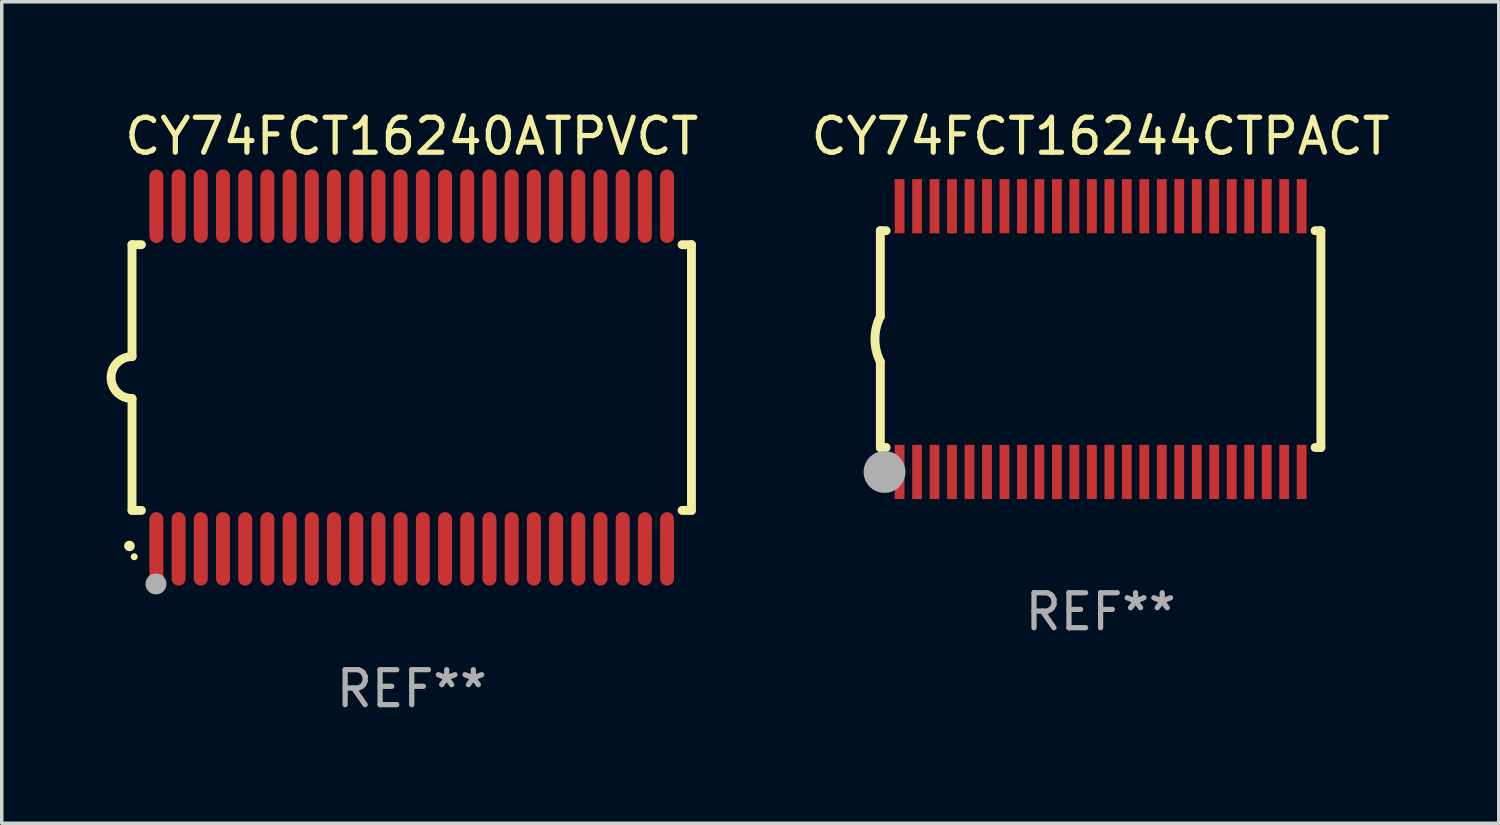
<source format=kicad_pcb>
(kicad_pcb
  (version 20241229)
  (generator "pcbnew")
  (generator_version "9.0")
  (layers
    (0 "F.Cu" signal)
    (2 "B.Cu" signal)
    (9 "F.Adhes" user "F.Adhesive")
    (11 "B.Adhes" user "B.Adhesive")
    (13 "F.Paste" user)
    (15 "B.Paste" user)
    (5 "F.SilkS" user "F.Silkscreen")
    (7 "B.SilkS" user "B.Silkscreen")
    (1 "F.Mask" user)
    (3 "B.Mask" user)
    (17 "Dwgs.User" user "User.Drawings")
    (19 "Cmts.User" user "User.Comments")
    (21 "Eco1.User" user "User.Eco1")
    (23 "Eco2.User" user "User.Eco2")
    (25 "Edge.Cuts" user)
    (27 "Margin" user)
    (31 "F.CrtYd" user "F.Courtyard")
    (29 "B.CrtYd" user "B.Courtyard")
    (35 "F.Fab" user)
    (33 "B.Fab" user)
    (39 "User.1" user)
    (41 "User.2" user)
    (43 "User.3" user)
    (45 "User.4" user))
  (footprint "CY74FCT16244CTPACT"
    (layer "F.Cu")
    (at 28.428 6.648)
    (property "Reference" "CY74FCT16244CTPACT" (at 0 -5.8 0) (layer "F.SilkS") (effects (font (size 1 1) (thickness 0.15))))
    (attr through_hole)
    (fp_line (start -6.3 -3.1) (end -6.3 -0.65) (stroke (width 0.254) (type solid)) (layer "F.SilkS"))
    (fp_line (start -6.3 -3.1) (end -6.134 -3.1) (stroke (width 0.254) (type solid)) (layer "F.SilkS"))
    (fp_line (start -6.3 3.1) (end -6.3 0.65) (stroke (width 0.254) (type solid)) (layer "F.SilkS"))
    (fp_line (start -6.3 3.1) (end -6.134 3.1) (stroke (width 0.254) (type solid)) (layer "F.SilkS"))
    (fp_line (start 6.134 -3.1) (end 6.3 -3.1) (stroke (width 0.254) (type solid)) (layer "F.SilkS"))
    (fp_line (start 6.134 3.1) (end 6.3 3.1) (stroke (width 0.254) (type solid)) (layer "F.SilkS"))
    (fp_line (start 6.3 -3.1) (end 6.3 3.1) (stroke (width 0.254) (type solid)) (layer "F.SilkS"))
    (fp_arc (start -6.301016 0.650114) (mid -6.45413 -0.000082) (end -6.3 -0.650038) (stroke (width 0.254001) (type solid)) (layer "F.SilkS"))
    (fp_circle (center -6.35 3.81) (end -6.223 3.81) (stroke (width 0.254) (type solid)) (fill no) (layer "F.SilkS"))
    (fp_circle (center -6.25 4.05) (end -6.22 4.05) (stroke (width 0.06) (type solid)) (fill no) (layer "F.SilkS"))
    (fp_circle (center -6.18 3.8) (end -5.88 3.8) (stroke (width 0.6) (type solid)) (fill no) (layer "F.Fab"))
    (fp_text user "REF**" (at 0 7.8 0) (layer "F.Fab") (effects (font (size 1 1) (thickness 0.15))))
    (pad "1" smd rect (at -5.75 3.8) (size 0.28 1.55) (layers "F.Cu" "F.Mask" "F.Paste"))
    (pad "2" smd rect (at -5.25 3.8) (size 0.28 1.55) (layers "F.Cu" "F.Mask" "F.Paste"))
    (pad "3" smd rect (at -4.75 3.8) (size 0.28 1.55) (layers "F.Cu" "F.Mask" "F.Paste"))
    (pad "4" smd rect (at -4.25 3.8) (size 0.28 1.55) (layers "F.Cu" "F.Mask" "F.Paste"))
    (pad "5" smd rect (at -3.75 3.8) (size 0.28 1.55) (layers "F.Cu" "F.Mask" "F.Paste"))
    (pad "6" smd rect (at -3.25 3.8) (size 0.28 1.55) (layers "F.Cu" "F.Mask" "F.Paste"))
    (pad "7" smd rect (at -2.75 3.8) (size 0.28 1.55) (layers "F.Cu" "F.Mask" "F.Paste"))
    (pad "8" smd rect (at -2.25 3.8) (size 0.28 1.55) (layers "F.Cu" "F.Mask" "F.Paste"))
    (pad "9" smd rect (at -1.75 3.8) (size 0.28 1.55) (layers "F.Cu" "F.Mask" "F.Paste"))
    (pad "10" smd rect (at -1.25 3.8) (size 0.28 1.55) (layers "F.Cu" "F.Mask" "F.Paste"))
    (pad "11" smd rect (at -0.75 3.8) (size 0.28 1.55) (layers "F.Cu" "F.Mask" "F.Paste"))
    (pad "12" smd rect (at -0.25 3.8) (size 0.28 1.55) (layers "F.Cu" "F.Mask" "F.Paste"))
    (pad "13" smd rect (at 0.25 3.8) (size 0.28 1.55) (layers "F.Cu" "F.Mask" "F.Paste"))
    (pad "14" smd rect (at 0.75 3.8) (size 0.28 1.55) (layers "F.Cu" "F.Mask" "F.Paste"))
    (pad "15" smd rect (at 1.25 3.8) (size 0.28 1.55) (layers "F.Cu" "F.Mask" "F.Paste"))
    (pad "16" smd rect (at 1.75 3.8) (size 0.28 1.55) (layers "F.Cu" "F.Mask" "F.Paste"))
    (pad "17" smd rect (at 2.25 3.8) (size 0.28 1.55) (layers "F.Cu" "F.Mask" "F.Paste"))
    (pad "18" smd rect (at 2.75 3.8) (size 0.28 1.55) (layers "F.Cu" "F.Mask" "F.Paste"))
    (pad "19" smd rect (at 3.25 3.8) (size 0.28 1.55) (layers "F.Cu" "F.Mask" "F.Paste"))
    (pad "20" smd rect (at 3.75 3.8) (size 0.28 1.55) (layers "F.Cu" "F.Mask" "F.Paste"))
    (pad "21" smd rect (at 4.25 3.8) (size 0.28 1.55) (layers "F.Cu" "F.Mask" "F.Paste"))
    (pad "22" smd rect (at 4.75 3.8) (size 0.28 1.55) (layers "F.Cu" "F.Mask" "F.Paste"))
    (pad "23" smd rect (at 5.25 3.8) (size 0.28 1.55) (layers "F.Cu" "F.Mask" "F.Paste"))
    (pad "24" smd rect (at 5.75 3.8) (size 0.28 1.55) (layers "F.Cu" "F.Mask" "F.Paste"))
    (pad "25" smd rect (at 5.75 -3.8) (size 0.28 1.55) (layers "F.Cu" "F.Mask" "F.Paste"))
    (pad "26" smd rect (at 5.25 -3.8) (size 0.28 1.55) (layers "F.Cu" "F.Mask" "F.Paste"))
    (pad "27" smd rect (at 4.75 -3.8) (size 0.28 1.55) (layers "F.Cu" "F.Mask" "F.Paste"))
    (pad "28" smd rect (at 4.25 -3.8) (size 0.28 1.55) (layers "F.Cu" "F.Mask" "F.Paste"))
    (pad "29" smd rect (at 3.75 -3.8) (size 0.28 1.55) (layers "F.Cu" "F.Mask" "F.Paste"))
    (pad "30" smd rect (at 3.25 -3.8) (size 0.28 1.55) (layers "F.Cu" "F.Mask" "F.Paste"))
    (pad "31" smd rect (at 2.75 -3.8) (size 0.28 1.55) (layers "F.Cu" "F.Mask" "F.Paste"))
    (pad "32" smd rect (at 2.25 -3.8) (size 0.28 1.55) (layers "F.Cu" "F.Mask" "F.Paste"))
    (pad "33" smd rect (at 1.75 -3.8) (size 0.28 1.55) (layers "F.Cu" "F.Mask" "F.Paste"))
    (pad "34" smd rect (at 1.25 -3.8) (size 0.28 1.55) (layers "F.Cu" "F.Mask" "F.Paste"))
    (pad "35" smd rect (at 0.75 -3.8) (size 0.28 1.55) (layers "F.Cu" "F.Mask" "F.Paste"))
    (pad "36" smd rect (at 0.25 -3.8) (size 0.28 1.55) (layers "F.Cu" "F.Mask" "F.Paste"))
    (pad "37" smd rect (at -0.25 -3.8) (size 0.28 1.55) (layers "F.Cu" "F.Mask" "F.Paste"))
    (pad "38" smd rect (at -0.75 -3.8) (size 0.28 1.55) (layers "F.Cu" "F.Mask" "F.Paste"))
    (pad "39" smd rect (at -1.25 -3.8) (size 0.28 1.55) (layers "F.Cu" "F.Mask" "F.Paste"))
    (pad "40" smd rect (at -1.75 -3.8) (size 0.28 1.55) (layers "F.Cu" "F.Mask" "F.Paste"))
    (pad "41" smd rect (at -2.25 -3.8) (size 0.28 1.55) (layers "F.Cu" "F.Mask" "F.Paste"))
    (pad "42" smd rect (at -2.75 -3.8) (size 0.28 1.55) (layers "F.Cu" "F.Mask" "F.Paste"))
    (pad "43" smd rect (at -3.25 -3.8) (size 0.28 1.55) (layers "F.Cu" "F.Mask" "F.Paste"))
    (pad "44" smd rect (at -3.75 -3.8) (size 0.28 1.55) (layers "F.Cu" "F.Mask" "F.Paste"))
    (pad "45" smd rect (at -4.25 -3.8) (size 0.28 1.55) (layers "F.Cu" "F.Mask" "F.Paste"))
    (pad "46" smd rect (at -4.75 -3.8) (size 0.28 1.55) (layers "F.Cu" "F.Mask" "F.Paste"))
    (pad "47" smd rect (at -5.25 -3.8) (size 0.28 1.55) (layers "F.Cu" "F.Mask" "F.Paste"))
    (pad "48" smd rect (at -5.75 -3.8) (size 0.28 1.55) (layers "F.Cu" "F.Mask" "F.Paste")))
  (footprint "CY74FCT16240ATPVCT"
    (layer "F.Cu")
    (at 8.726 7.748)
    (property "Reference" "CY74FCT16240ATPVCT" (at 0 -6.9 0) (layer "F.SilkS") (effects (font (size 1 1) (thickness 0.15))))
    (attr through_hole)
    (fp_line (start -8 -3.8) (end -8 -0.599) (stroke (width 0.254) (type solid)) (layer "F.SilkS"))
    (fp_line (start -8 -3.8) (end -7.731 -3.8) (stroke (width 0.254) (type solid)) (layer "F.SilkS"))
    (fp_line (start -8 3.8) (end -8 0.599) (stroke (width 0.254) (type solid)) (layer "F.SilkS"))
    (fp_line (start -7.731 3.8) (end -8 3.8) (stroke (width 0.254) (type solid)) (layer "F.SilkS"))
    (fp_line (start 7.731 -3.8) (end 8 -3.8) (stroke (width 0.254) (type solid)) (layer "F.SilkS"))
    (fp_line (start 8 -3.8) (end 8 3.8) (stroke (width 0.254) (type solid)) (layer "F.SilkS"))
    (fp_line (start 8 3.8) (end 7.731 3.8) (stroke (width 0.254) (type solid)) (layer "F.SilkS"))
    (fp_arc (start -8.074676 4.81585) (mid -8.073406 4.815845) (end -8.072136 4.81585) (stroke (width 0.3) (type solid)) (layer "F.SilkS"))
    (fp_arc (start -8.000025 0.6) (mid -8.598908 0.00056) (end -8.000027 -0.598882) (stroke (width 0.254001) (type solid)) (layer "F.SilkS"))
    (fp_circle (center -7.937 5.125) (end -7.887 5.125) (stroke (width 0.1) (type solid)) (fill no) (layer "F.SilkS"))
    (fp_circle (center -7.315 5.903) (end -7.165 5.903) (stroke (width 0.3) (type solid)) (fill no) (layer "F.Fab"))
    (fp_text user "REF**" (at 0 8.9 0) (layer "F.Fab") (effects (font (size 1 1) (thickness 0.15))))
    (pad "1" smd oval (at -7.303 4.9) (size 0.4 2.1) (layers "F.Cu" "F.Mask" "F.Paste"))
    (pad "2" smd oval (at -6.668 4.9) (size 0.4 2.1) (layers "F.Cu" "F.Mask" "F.Paste"))
    (pad "3" smd oval (at -6.033 4.9) (size 0.4 2.1) (layers "F.Cu" "F.Mask" "F.Paste"))
    (pad "4" smd oval (at -5.398 4.9) (size 0.4 2.1) (layers "F.Cu" "F.Mask" "F.Paste"))
    (pad "5" smd oval (at -4.763 4.9) (size 0.4 2.1) (layers "F.Cu" "F.Mask" "F.Paste"))
    (pad "6" smd oval (at -4.128 4.9) (size 0.4 2.1) (layers "F.Cu" "F.Mask" "F.Paste"))
    (pad "7" smd oval (at -3.493 4.9) (size 0.4 2.1) (layers "F.Cu" "F.Mask" "F.Paste"))
    (pad "8" smd oval (at -2.858 4.9) (size 0.4 2.1) (layers "F.Cu" "F.Mask" "F.Paste"))
    (pad "9" smd oval (at -2.223 4.9) (size 0.4 2.1) (layers "F.Cu" "F.Mask" "F.Paste"))
    (pad "10" smd oval (at -1.588 4.9) (size 0.4 2.1) (layers "F.Cu" "F.Mask" "F.Paste"))
    (pad "11" smd oval (at -0.953 4.9) (size 0.4 2.1) (layers "F.Cu" "F.Mask" "F.Paste"))
    (pad "12" smd oval (at -0.318 4.9) (size 0.4 2.1) (layers "F.Cu" "F.Mask" "F.Paste"))
    (pad "13" smd oval (at 0.318 4.9) (size 0.4 2.1) (layers "F.Cu" "F.Mask" "F.Paste"))
    (pad "14" smd oval (at 0.953 4.9) (size 0.4 2.1) (layers "F.Cu" "F.Mask" "F.Paste"))
    (pad "15" smd oval (at 1.588 4.9) (size 0.4 2.1) (layers "F.Cu" "F.Mask" "F.Paste"))
    (pad "16" smd oval (at 2.223 4.9) (size 0.4 2.1) (layers "F.Cu" "F.Mask" "F.Paste"))
    (pad "17" smd oval (at 2.858 4.9) (size 0.4 2.1) (layers "F.Cu" "F.Mask" "F.Paste"))
    (pad "18" smd oval (at 3.493 4.9) (size 0.4 2.1) (layers "F.Cu" "F.Mask" "F.Paste"))
    (pad "19" smd oval (at 4.128 4.9) (size 0.4 2.1) (layers "F.Cu" "F.Mask" "F.Paste"))
    (pad "20" smd oval (at 4.763 4.9) (size 0.4 2.1) (layers "F.Cu" "F.Mask" "F.Paste"))
    (pad "21" smd oval (at 5.398 4.9) (size 0.4 2.1) (layers "F.Cu" "F.Mask" "F.Paste"))
    (pad "22" smd oval (at 6.033 4.9) (size 0.4 2.1) (layers "F.Cu" "F.Mask" "F.Paste"))
    (pad "23" smd oval (at 6.668 4.9) (size 0.4 2.1) (layers "F.Cu" "F.Mask" "F.Paste"))
    (pad "24" smd oval (at 7.303 4.9) (size 0.4 2.1) (layers "F.Cu" "F.Mask" "F.Paste"))
    (pad "25" smd oval (at 7.303 -4.9 180) (size 0.4 2.1) (layers "F.Cu" "F.Mask" "F.Paste"))
    (pad "26" smd oval (at 6.668 -4.9 180) (size 0.4 2.1) (layers "F.Cu" "F.Mask" "F.Paste"))
    (pad "27" smd oval (at 6.033 -4.9 180) (size 0.4 2.1) (layers "F.Cu" "F.Mask" "F.Paste"))
    (pad "28" smd oval (at 5.398 -4.9 180) (size 0.4 2.1) (layers "F.Cu" "F.Mask" "F.Paste"))
    (pad "29" smd oval (at 4.763 -4.9 180) (size 0.4 2.1) (layers "F.Cu" "F.Mask" "F.Paste"))
    (pad "30" smd oval (at 4.128 -4.9 180) (size 0.4 2.1) (layers "F.Cu" "F.Mask" "F.Paste"))
    (pad "31" smd oval (at 3.493 -4.9 180) (size 0.4 2.1) (layers "F.Cu" "F.Mask" "F.Paste"))
    (pad "32" smd oval (at 2.858 -4.9 180) (size 0.4 2.1) (layers "F.Cu" "F.Mask" "F.Paste"))
    (pad "33" smd oval (at 2.223 -4.9 180) (size 0.4 2.1) (layers "F.Cu" "F.Mask" "F.Paste"))
    (pad "34" smd oval (at 1.588 -4.9 180) (size 0.4 2.1) (layers "F.Cu" "F.Mask" "F.Paste"))
    (pad "35" smd oval (at 0.953 -4.9 180) (size 0.4 2.1) (layers "F.Cu" "F.Mask" "F.Paste"))
    (pad "36" smd oval (at 0.318 -4.9 180) (size 0.4 2.1) (layers "F.Cu" "F.Mask" "F.Paste"))
    (pad "37" smd oval (at -0.318 -4.9 180) (size 0.4 2.1) (layers "F.Cu" "F.Mask" "F.Paste"))
    (pad "38" smd oval (at -0.953 -4.9 180) (size 0.4 2.1) (layers "F.Cu" "F.Mask" "F.Paste"))
    (pad "39" smd oval (at -1.588 -4.9 180) (size 0.4 2.1) (layers "F.Cu" "F.Mask" "F.Paste"))
    (pad "40" smd oval (at -2.223 -4.9 180) (size 0.4 2.1) (layers "F.Cu" "F.Mask" "F.Paste"))
    (pad "41" smd oval (at -2.858 -4.9 180) (size 0.4 2.1) (layers "F.Cu" "F.Mask" "F.Paste"))
    (pad "42" smd oval (at -3.493 -4.9 180) (size 0.4 2.1) (layers "F.Cu" "F.Mask" "F.Paste"))
    (pad "43" smd oval (at -4.128 -4.9 180) (size 0.4 2.1) (layers "F.Cu" "F.Mask" "F.Paste"))
    (pad "44" smd oval (at -4.763 -4.9 180) (size 0.4 2.1) (layers "F.Cu" "F.Mask" "F.Paste"))
    (pad "45" smd oval (at -5.398 -4.9 180) (size 0.4 2.1) (layers "F.Cu" "F.Mask" "F.Paste"))
    (pad "46" smd oval (at -6.033 -4.9 180) (size 0.4 2.1) (layers "F.Cu" "F.Mask" "F.Paste"))
    (pad "47" smd oval (at -6.668 -4.9 180) (size 0.4 2.1) (layers "F.Cu" "F.Mask" "F.Paste"))
    (pad "48" smd oval (at -7.303 -4.9 180) (size 0.4 2.1) (layers "F.Cu" "F.Mask" "F.Paste")))
  (gr_rect
    (start -3 -3)
    (end 39.815 20.496)
    (stroke (width 0.1) (type default))
    (fill no)
    (layer "Edge.Cuts")))
</source>
